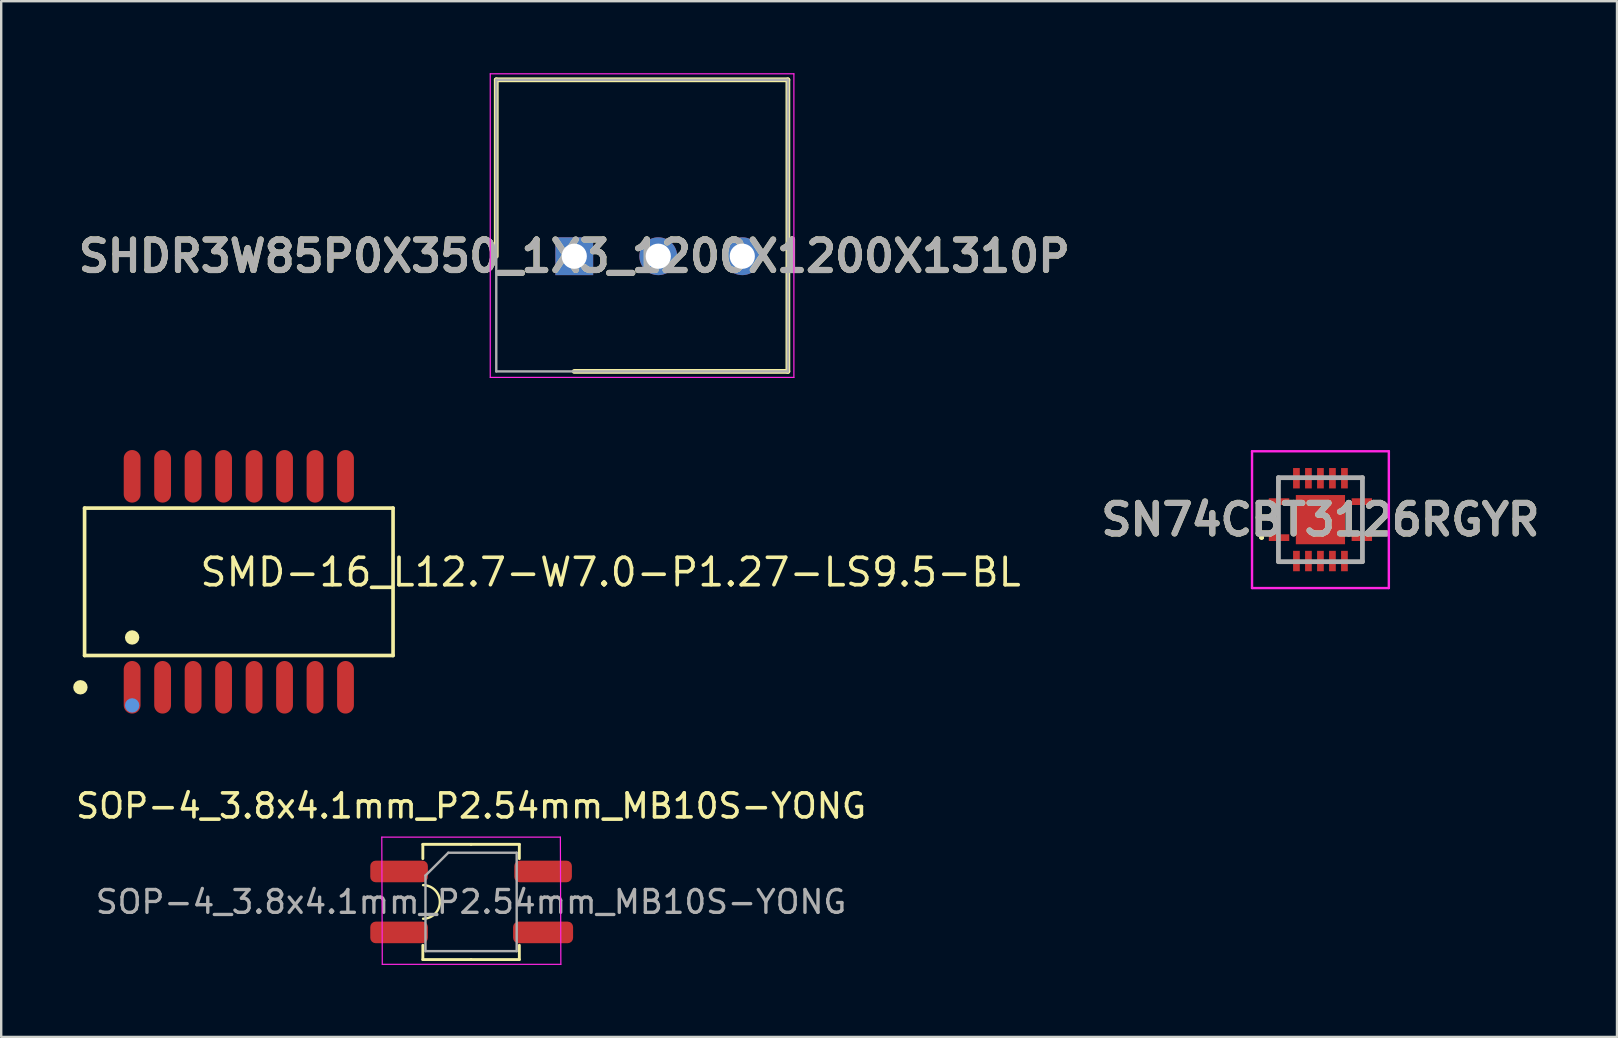
<source format=kicad_pcb>
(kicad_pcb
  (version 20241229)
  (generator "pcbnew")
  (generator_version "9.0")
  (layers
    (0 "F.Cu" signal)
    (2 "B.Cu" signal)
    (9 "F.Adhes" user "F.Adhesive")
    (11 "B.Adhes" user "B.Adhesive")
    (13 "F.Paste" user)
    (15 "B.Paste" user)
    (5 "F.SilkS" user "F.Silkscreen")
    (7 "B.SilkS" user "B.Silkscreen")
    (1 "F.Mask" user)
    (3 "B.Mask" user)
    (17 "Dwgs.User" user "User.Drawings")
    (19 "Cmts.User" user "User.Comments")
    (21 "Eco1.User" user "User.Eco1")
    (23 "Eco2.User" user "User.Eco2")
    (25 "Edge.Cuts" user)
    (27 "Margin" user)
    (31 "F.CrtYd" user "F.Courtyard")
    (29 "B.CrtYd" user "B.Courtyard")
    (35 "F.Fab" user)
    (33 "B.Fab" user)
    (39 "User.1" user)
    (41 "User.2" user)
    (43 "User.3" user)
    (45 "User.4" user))
  (footprint "SHDR3W85P0X350_1X3_1200X1200X1310P"
    (layer "F.Cu")
    (at 20.876 7.625)
    (property "Reference" "SHDR3W85P0X350_1X3_1200X1200X1310P" (at 0 0 0) (layer "F.SilkS") (effects (font (size 1.27 1.27) (thickness 0.254))))
    (attr through_hole)
    (fp_line (start -3.25 -7.35) (end -3.25 0) (stroke (width 0.2) (type solid)) (layer "F.SilkS"))
    (fp_line (start 0 4.8) (end 8.9 4.8) (stroke (width 0.2) (type solid)) (layer "F.SilkS"))
    (fp_line (start 8.9 -7.35) (end -3.25 -7.35) (stroke (width 0.2) (type solid)) (layer "F.SilkS"))
    (fp_line (start 8.9 4.8) (end 8.9 -7.35) (stroke (width 0.2) (type solid)) (layer "F.SilkS"))
    (fp_line (start -3.5 -7.6) (end 9.15 -7.6) (stroke (width 0.05) (type solid)) (layer "F.CrtYd"))
    (fp_line (start -3.5 5.05) (end -3.5 -7.6) (stroke (width 0.05) (type solid)) (layer "F.CrtYd"))
    (fp_line (start 9.15 -7.6) (end 9.15 5.05) (stroke (width 0.05) (type solid)) (layer "F.CrtYd"))
    (fp_line (start 9.15 5.05) (end -3.5 5.05) (stroke (width 0.05) (type solid)) (layer "F.CrtYd"))
    (fp_line (start -3.25 -7.35) (end 8.9 -7.35) (stroke (width 0.1) (type solid)) (layer "F.Fab"))
    (fp_line (start -3.25 4.8) (end -3.25 -7.35) (stroke (width 0.1) (type solid)) (layer "F.Fab"))
    (fp_line (start 8.9 -7.35) (end 8.9 4.8) (stroke (width 0.1) (type solid)) (layer "F.Fab"))
    (fp_line (start 8.9 4.8) (end -3.25 4.8) (stroke (width 0.1) (type solid)) (layer "F.Fab"))
    (fp_text user "${REFERENCE}" (at 0 0 0) (layer "F.Fab") (effects (font (size 1.27 1.27) (thickness 0.254))))
    (pad "1" thru_hole rect (at 0 0) (size 1.575 1.575) (drill 1.05) (layers "*.Cu" "*.Mask"))
    (pad "2" thru_hole circle (at 3.5 0) (size 1.575 1.575) (drill 1.05) (layers "*.Cu" "*.Mask"))
    (pad "3" thru_hole circle (at 7 0) (size 1.575 1.575) (drill 1.05) (layers "*.Cu" "*.Mask")))
  (footprint "SN74CBT3126RGYR"
    (layer "F.Cu")
    (at 51.964 18.6)
    (property "Reference" "SN74CBT3126RGYR" (at 0 0 0) (layer "F.SilkS") (effects (font (size 1.27 1.27) (thickness 0.254))))
    (attr smd)
    (fp_line (start -2.5 0.75) (end -2.5 0.75) (stroke (width 0.1) (type solid)) (layer "F.SilkS"))
    (fp_line (start -2.4 0.75) (end -2.4 0.75) (stroke (width 0.1) (type solid)) (layer "F.SilkS"))
    (fp_line (start -1.75 1.75) (end -1.75 1.5) (stroke (width 0.1) (type solid)) (layer "F.SilkS"))
    (fp_line (start -1.725 -1.75) (end -1.725 -1.5) (stroke (width 0.1) (type solid)) (layer "F.SilkS"))
    (fp_line (start -1.725 1.75) (end -1.75 1.75) (stroke (width 0.1) (type solid)) (layer "F.SilkS"))
    (fp_line (start -1.5 -1.75) (end -1.725 -1.75) (stroke (width 0.1) (type solid)) (layer "F.SilkS"))
    (fp_line (start -1.5 1.75) (end -1.725 1.75) (stroke (width 0.1) (type solid)) (layer "F.SilkS"))
    (fp_line (start 1.5 -1.725) (end 1.725 -1.725) (stroke (width 0.1) (type solid)) (layer "F.SilkS"))
    (fp_line (start 1.5 1.75) (end 1.75 1.75) (stroke (width 0.1) (type solid)) (layer "F.SilkS"))
    (fp_line (start 1.725 -1.725) (end 1.75 -1.725) (stroke (width 0.1) (type solid)) (layer "F.SilkS"))
    (fp_line (start 1.75 -1.725) (end 1.75 -1.5) (stroke (width 0.1) (type solid)) (layer "F.SilkS"))
    (fp_line (start 1.75 1.75) (end 1.75 1.5) (stroke (width 0.1) (type solid)) (layer "F.SilkS"))
    (fp_arc (start -2.5 0.75) (mid -2.45 0.7) (end -2.4 0.75) (stroke (width 0.1) (type solid)) (layer "F.SilkS"))
    (fp_arc (start -2.4 0.75) (mid -2.45 0.8) (end -2.5 0.75) (stroke (width 0.1) (type solid)) (layer "F.SilkS"))
    (fp_line (start -2.85 -2.85) (end 2.85 -2.85) (stroke (width 0.1) (type solid)) (layer "F.CrtYd"))
    (fp_line (start -2.85 2.85) (end -2.85 -2.85) (stroke (width 0.1) (type solid)) (layer "F.CrtYd"))
    (fp_line (start 2.85 -2.85) (end 2.85 2.85) (stroke (width 0.1) (type solid)) (layer "F.CrtYd"))
    (fp_line (start 2.85 2.85) (end -2.85 2.85) (stroke (width 0.1) (type solid)) (layer "F.CrtYd"))
    (fp_line (start -1.75 -1.75) (end 1.75 -1.75) (stroke (width 0.2) (type solid)) (layer "F.Fab"))
    (fp_line (start -1.75 1.75) (end -1.75 -1.75) (stroke (width 0.2) (type solid)) (layer "F.Fab"))
    (fp_line (start 1.75 -1.75) (end 1.75 1.75) (stroke (width 0.2) (type solid)) (layer "F.Fab"))
    (fp_line (start 1.75 1.75) (end -1.75 1.75) (stroke (width 0.2) (type solid)) (layer "F.Fab"))
    (fp_text user "${REFERENCE}" (at 0 0 0) (layer "F.Fab") (effects (font (size 1.27 1.27) (thickness 0.254))))
    (pad "1" smd rect (at -1.725 0.75 90) (size 0.28 0.85) (layers "F.Cu" "F.Mask" "F.Paste"))
    (pad "2" smd rect (at -1 1.725) (size 0.28 0.85) (layers "F.Cu" "F.Mask" "F.Paste"))
    (pad "3" smd rect (at -0.5 1.725) (size 0.28 0.85) (layers "F.Cu" "F.Mask" "F.Paste"))
    (pad "4" smd rect (at 0 1.725) (size 0.28 0.85) (layers "F.Cu" "F.Mask" "F.Paste"))
    (pad "5" smd rect (at 0.5 1.725) (size 0.28 0.85) (layers "F.Cu" "F.Mask" "F.Paste"))
    (pad "6" smd rect (at 1 1.725) (size 0.28 0.85) (layers "F.Cu" "F.Mask" "F.Paste"))
    (pad "7" smd rect (at 1.725 0.75 90) (size 0.28 0.85) (layers "F.Cu" "F.Mask" "F.Paste"))
    (pad "8" smd rect (at 1.725 -0.75 90) (size 0.28 0.85) (layers "F.Cu" "F.Mask" "F.Paste"))
    (pad "9" smd rect (at 1 -1.725) (size 0.28 0.85) (layers "F.Cu" "F.Mask" "F.Paste"))
    (pad "10" smd rect (at 0.5 -1.725) (size 0.28 0.85) (layers "F.Cu" "F.Mask" "F.Paste"))
    (pad "11" smd rect (at 0 -1.725) (size 0.28 0.85) (layers "F.Cu" "F.Mask" "F.Paste"))
    (pad "12" smd rect (at -0.5 -1.725) (size 0.28 0.85) (layers "F.Cu" "F.Mask" "F.Paste"))
    (pad "13" smd rect (at -1 -1.725) (size 0.28 0.85) (layers "F.Cu" "F.Mask" "F.Paste"))
    (pad "14" smd rect (at -1.725 -0.75 90) (size 0.28 0.85) (layers "F.Cu" "F.Mask" "F.Paste"))
    (pad "15" smd rect (at 0 0) (size 2.05 2.05) (layers "F.Cu" "F.Mask" "F.Paste")))
  (footprint "SOP-4_3.8x4.1mm_P2.54mm_MB10S-YONG"
    (layer "F.Cu")
    (at 16.577 34.528)
    (property "Reference" "SOP-4_3.8x4.1mm_P2.54mm_MB10S-YONG" (at 0 -4 0) (layer "F.SilkS") (effects (font (size 1 1) (thickness 0.15))))
    (attr smd)
    (fp_line (start -2.01 -2.4) (end -2.01 -1.805) (stroke (width 0.12) (type solid)) (layer "F.SilkS"))
    (fp_line (start -2.01 2.4) (end -2.01 1.805) (stroke (width 0.12) (type solid)) (layer "F.SilkS"))
    (fp_line (start 0 -2.4) (end -2.01 -2.4) (stroke (width 0.12) (type solid)) (layer "F.SilkS"))
    (fp_line (start 0 -2.4) (end 2.01 -2.4) (stroke (width 0.12) (type solid)) (layer "F.SilkS"))
    (fp_line (start 0 2.4) (end -2.01 2.4) (stroke (width 0.12) (type solid)) (layer "F.SilkS"))
    (fp_line (start 0 2.4) (end 2.01 2.4) (stroke (width 0.12) (type solid)) (layer "F.SilkS"))
    (fp_line (start 2.01 -2.4) (end 2.01 -1.805) (stroke (width 0.12) (type solid)) (layer "F.SilkS"))
    (fp_line (start 2.01 2.4) (end 2.01 1.805) (stroke (width 0.12) (type solid)) (layer "F.SilkS"))
    (fp_arc (start -2 -0.7) (mid -1.3 0) (end -2 0.7) (stroke (width 0.1) (type default)) (layer "F.SilkS"))
    (fp_line (start -3.72 -2.7) (end -3.7 2.6) (stroke (width 0.05) (type solid)) (layer "F.CrtYd"))
    (fp_line (start -3.7 2.6) (end 3.74 2.6) (stroke (width 0.05) (type solid)) (layer "F.CrtYd"))
    (fp_line (start 3.72 -2.7) (end -3.72 -2.7) (stroke (width 0.05) (type solid)) (layer "F.CrtYd"))
    (fp_line (start 3.74 2.6) (end 3.72 -2.7) (stroke (width 0.05) (type solid)) (layer "F.CrtYd"))
    (fp_line (start -1.9 -1.1) (end -0.95 -2.05) (stroke (width 0.1) (type solid)) (layer "F.Fab"))
    (fp_line (start -1.9 2.05) (end -1.9 -1.1) (stroke (width 0.1) (type solid)) (layer "F.Fab"))
    (fp_line (start -0.95 -2.05) (end 1.9 -2.05) (stroke (width 0.1) (type solid)) (layer "F.Fab"))
    (fp_line (start 1.9 -2.05) (end 1.9 2.05) (stroke (width 0.1) (type solid)) (layer "F.Fab"))
    (fp_line (start 1.9 2.05) (end -1.9 2.05) (stroke (width 0.1) (type solid)) (layer "F.Fab"))
    (fp_text user "${REFERENCE}" (at 0 0 0) (layer "F.Fab") (effects (font (size 0.95 0.95) (thickness 0.14))))
    (pad "1" smd roundrect (at 3 1.27) (size 2.5 0.9) (layers "F.Cu" "F.Mask" "F.Paste") (roundrect_rratio 0.25))
    (pad "2" smd roundrect (at 3 -1.27) (size 2.4 0.9) (layers "F.Cu" "F.Mask" "F.Paste") (roundrect_rratio 0.25))
    (pad "3" smd roundrect (at -3 -1.27) (size 2.4 0.9) (layers "F.Cu" "F.Mask" "F.Paste") (roundrect_rratio 0.25))
    (pad "4" smd roundrect (at -3 1.27) (size 2.4 0.9) (layers "F.Cu" "F.Mask" "F.Paste") (roundrect_rratio 0.25)))
  (footprint "SMD-16_L12.7-W7.0-P1.27-LS9.5-BL"
    (layer "F.Cu")
    (at 6.9 21.19)
    (property "Reference" "SMD-16_L12.7-W7.0-P1.27-LS9.5-BL" (at -1.7 -0.4 0) (layer "F.SilkS") (effects (font (size 1.143 1.143) (thickness 0.152)) (justify left)))
    (attr smd)
    (fp_line (start -6.426 -3.071) (end 6.426 -3.071) (stroke (width 0.152) (type solid)) (layer "F.SilkS"))
    (fp_line (start -6.426 3.071) (end -6.426 -3.071) (stroke (width 0.152) (type solid)) (layer "F.SilkS"))
    (fp_line (start 6.426 -3.071) (end 6.426 3.071) (stroke (width 0.152) (type solid)) (layer "F.SilkS"))
    (fp_line (start 6.426 3.071) (end -6.426 3.071) (stroke (width 0.152) (type solid)) (layer "F.SilkS"))
    (fp_circle (center -6.6 4.395) (end -6.45 4.395) (stroke (width 0.3) (type solid)) (fill no) (layer "F.SilkS"))
    (fp_circle (center -4.445 2.319) (end -4.295 2.319) (stroke (width 0.3) (type solid)) (fill no) (layer "F.SilkS"))
    (fp_circle (center -4.445 5.15) (end -4.295 5.15) (stroke (width 0.3) (type solid)) (fill no) (layer "Cmts.User"))
    (pad "1" smd oval (at -4.445 4.395) (size 0.7 2.19) (layers "F.Cu" "F.Mask" "F.Paste"))
    (pad "2" smd oval (at -3.175 4.395) (size 0.7 2.19) (layers "F.Cu" "F.Mask" "F.Paste"))
    (pad "3" smd oval (at -1.905 4.395) (size 0.7 2.19) (layers "F.Cu" "F.Mask" "F.Paste"))
    (pad "4" smd oval (at -0.635 4.395) (size 0.7 2.19) (layers "F.Cu" "F.Mask" "F.Paste"))
    (pad "5" smd oval (at 0.635 4.395) (size 0.7 2.19) (layers "F.Cu" "F.Mask" "F.Paste"))
    (pad "6" smd oval (at 1.905 4.395) (size 0.7 2.19) (layers "F.Cu" "F.Mask" "F.Paste"))
    (pad "7" smd oval (at 3.175 4.395) (size 0.7 2.19) (layers "F.Cu" "F.Mask" "F.Paste"))
    (pad "8" smd oval (at 4.445 4.395) (size 0.7 2.19) (layers "F.Cu" "F.Mask" "F.Paste"))
    (pad "9" smd oval (at 4.445 -4.395) (size 0.7 2.19) (layers "F.Cu" "F.Mask" "F.Paste"))
    (pad "10" smd oval (at 3.175 -4.395) (size 0.7 2.19) (layers "F.Cu" "F.Mask" "F.Paste"))
    (pad "11" smd oval (at 1.905 -4.395) (size 0.7 2.19) (layers "F.Cu" "F.Mask" "F.Paste"))
    (pad "12" smd oval (at 0.635 -4.395) (size 0.7 2.19) (layers "F.Cu" "F.Mask" "F.Paste"))
    (pad "13" smd oval (at -0.635 -4.395) (size 0.7 2.19) (layers "F.Cu" "F.Mask" "F.Paste"))
    (pad "14" smd oval (at -1.905 -4.395) (size 0.7 2.19) (layers "F.Cu" "F.Mask" "F.Paste"))
    (pad "15" smd oval (at -3.175 -4.395) (size 0.7 2.19) (layers "F.Cu" "F.Mask" "F.Paste"))
    (pad "16" smd oval (at -4.445 -4.395) (size 0.7 2.19) (layers "F.Cu" "F.Mask" "F.Paste")))
  (gr_rect
    (start -3 -3)
    (end 64.32 40.153)
    (stroke (width 0.1) (type default))
    (fill no)
    (layer "Edge.Cuts")))
</source>
